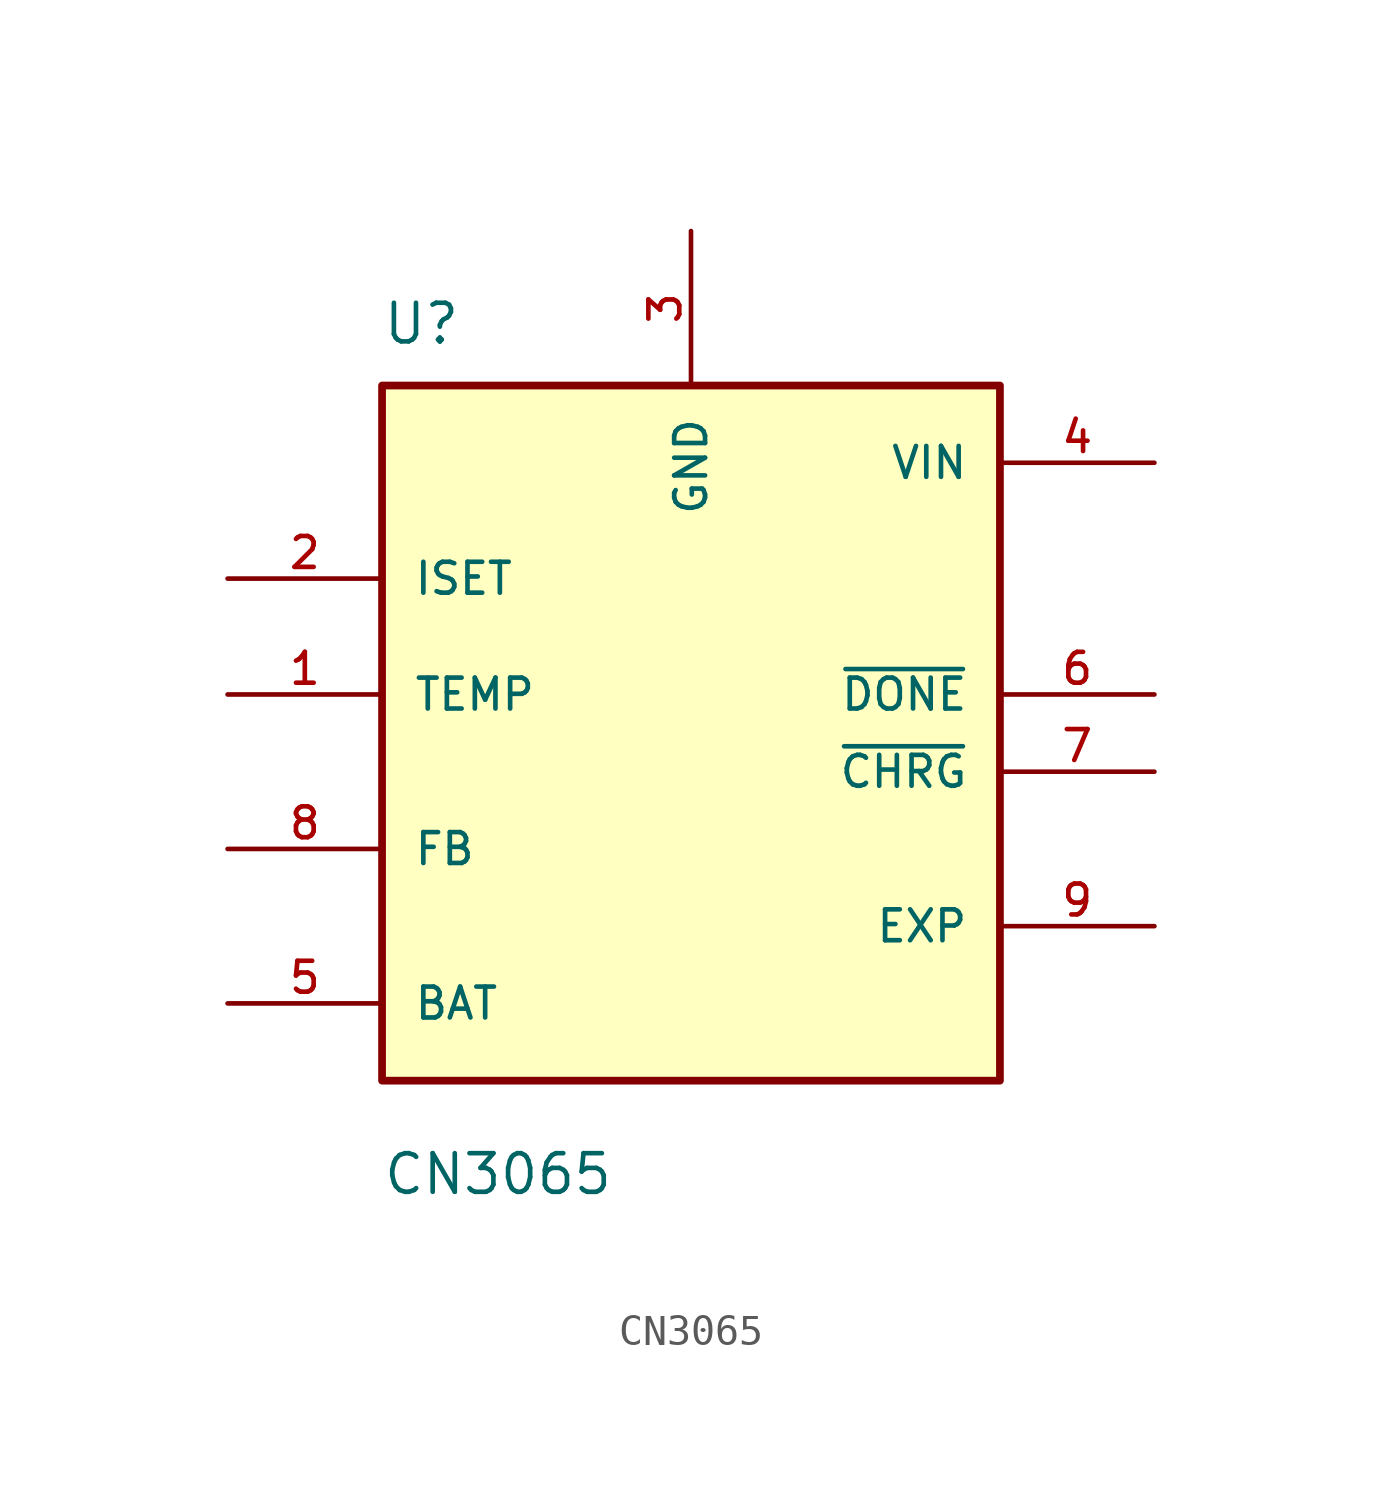
<source format=kicad_sym>
(kicad_symbol_lib
  (version 20220914)
  (generator kicad_symbol_editor)
  (symbol "CN3065"
    (pin_names
      (offset 1.016))
    (property "Reference" "U"
      (at -10.173 13.988 0)
      (effects (font (size 1.27 1.27)) (justify left bottom)))
    (property "Value" "CN3065"
      (at -10.167 -13.979 0)
      (effects (font (size 1.27 1.27)) (justify left bottom)))
    (symbol "CN3065_0_0"
      (rectangle (start -10.16 12.7) (end 10.16 -10.16) (stroke (width 0.254) (type default)) (fill (type background)))
      (pin input line (at -15.24 2.54 0) (length 5.08) (name "TEMP" (effects (font (size 1.016 1.016)))) (number "1" (effects (font (size 1.016 1.016)))))
      (pin input line (at -15.24 6.35 0) (length 5.08) (name "ISET" (effects (font (size 1.016 1.016)))) (number "2" (effects (font (size 1.016 1.016)))))
      (pin power_in line (at 0 17.78 270) (length 5.08) (name "GND" (effects (font (size 1.016 1.016)))) (number "3" (effects (font (size 1.016 1.016)))))
      (pin power_in line (at 15.24 10.16 180) (length 5.08) (name "VIN" (effects (font (size 1.016 1.016)))) (number "4" (effects (font (size 1.016 1.016)))))
      (pin power_in line (at -15.24 -7.62 0) (length 5.08) (name "BAT" (effects (font (size 1.016 1.016)))) (number "5" (effects (font (size 1.016 1.016)))))
      (pin output line (at 15.24 2.54 180) (length 5.08) (name "~{DONE}" (effects (font (size 1.016 1.016)))) (number "6" (effects (font (size 1.016 1.016)))))
      (pin output line (at 15.24 0 180) (length 5.08) (name "~{CHRG}" (effects (font (size 1.016 1.016)))) (number "7" (effects (font (size 1.016 1.016)))))
      (pin input line (at -15.24 -2.54 0) (length 5.08) (name "FB" (effects (font (size 1.016 1.016)))) (number "8" (effects (font (size 1.016 1.016)))))
      (pin power_in line (at 15.24 -5.08 180) (length 5.08) (name "EXP" (effects (font (size 1.016 1.016)))) (number "9" (effects (font (size 1.016 1.016))))))))
</source>
